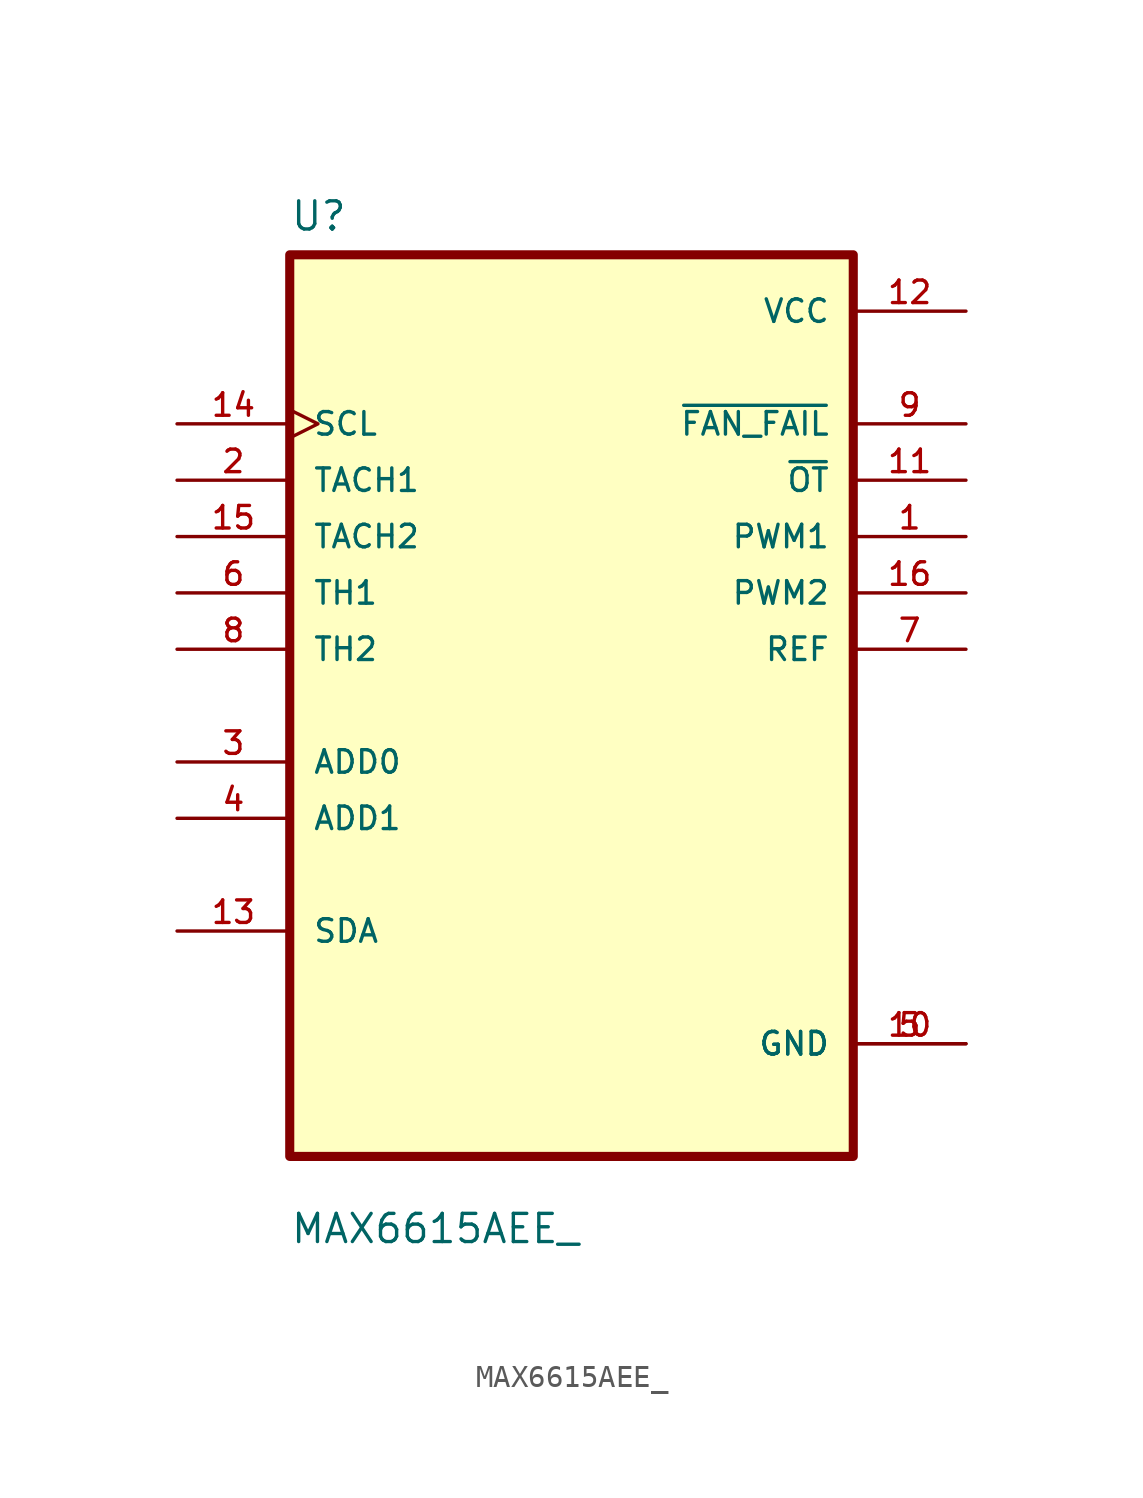
<source format=kicad_sym>
(kicad_symbol_lib
  (version 20211014)
  (generator kicad_symbol_editor)
  (symbol "MAX6615AEE_"
    (pin_names
      (offset 1.016))
    (property "Reference" "U"
      (at -12.7 21.32 0.0)
      (effects (font (size 1.27 1.27)) (justify bottom left)))
    (property "Value" "MAX6615AEE_"
      (at -12.7 -24.32 0.0)
      (effects (font (size 1.27 1.27)) (justify bottom left)))
    (symbol "MAX6615AEE__0_0"
      (rectangle (start -12.7 -20.32) (end 12.7 20.32) (stroke (width 0.41)) (fill (type background)))
      (pin input clock (at -17.78 12.7 0) (length 5.08) (name "SCL" (effects (font (size 1.016 1.016)))) (number "14" (effects (font (size 1.016 1.016)))))
      (pin input line (at -17.78 10.16 0) (length 5.08) (name "TACH1" (effects (font (size 1.016 1.016)))) (number "2" (effects (font (size 1.016 1.016)))))
      (pin input line (at -17.78 7.62 0) (length 5.08) (name "TACH2" (effects (font (size 1.016 1.016)))) (number "15" (effects (font (size 1.016 1.016)))))
      (pin input line (at -17.78 5.08 0) (length 5.08) (name "TH1" (effects (font (size 1.016 1.016)))) (number "6" (effects (font (size 1.016 1.016)))))
      (pin input line (at -17.78 2.54 0) (length 5.08) (name "TH2" (effects (font (size 1.016 1.016)))) (number "8" (effects (font (size 1.016 1.016)))))
      (pin bidirectional line (at -17.78 -2.54 0) (length 5.08) (name "ADD0" (effects (font (size 1.016 1.016)))) (number "3" (effects (font (size 1.016 1.016)))))
      (pin bidirectional line (at -17.78 -5.08 0) (length 5.08) (name "ADD1" (effects (font (size 1.016 1.016)))) (number "4" (effects (font (size 1.016 1.016)))))
      (pin bidirectional line (at -17.78 -10.16 0) (length 5.08) (name "SDA" (effects (font (size 1.016 1.016)))) (number "13" (effects (font (size 1.016 1.016)))))
      (pin power_in line (at 17.78 17.78 180.0) (length 5.08) (name "VCC" (effects (font (size 1.016 1.016)))) (number "12" (effects (font (size 1.016 1.016)))))
      (pin output line (at 17.78 12.7 180.0) (length 5.08) (name "~{FAN_FAIL}" (effects (font (size 1.016 1.016)))) (number "9" (effects (font (size 1.016 1.016)))))
      (pin output line (at 17.78 10.16 180.0) (length 5.08) (name "~{OT}" (effects (font (size 1.016 1.016)))) (number "11" (effects (font (size 1.016 1.016)))))
      (pin output line (at 17.78 7.62 180.0) (length 5.08) (name "PWM1" (effects (font (size 1.016 1.016)))) (number "1" (effects (font (size 1.016 1.016)))))
      (pin output line (at 17.78 5.08 180.0) (length 5.08) (name "PWM2" (effects (font (size 1.016 1.016)))) (number "16" (effects (font (size 1.016 1.016)))))
      (pin output line (at 17.78 2.54 180.0) (length 5.08) (name "REF" (effects (font (size 1.016 1.016)))) (number "7" (effects (font (size 1.016 1.016)))))
      (pin power_in line (at 17.78 -15.24 180.0) (length 5.08) (name "GND" (effects (font (size 1.016 1.016)))) (number "5" (effects (font (size 1.016 1.016)))))
      (pin power_in line (at 17.78 -15.24 180.0) (length 5.08) (name "GND" (effects (font (size 1.016 1.016)))) (number "10" (effects (font (size 1.016 1.016))))))))
</source>
